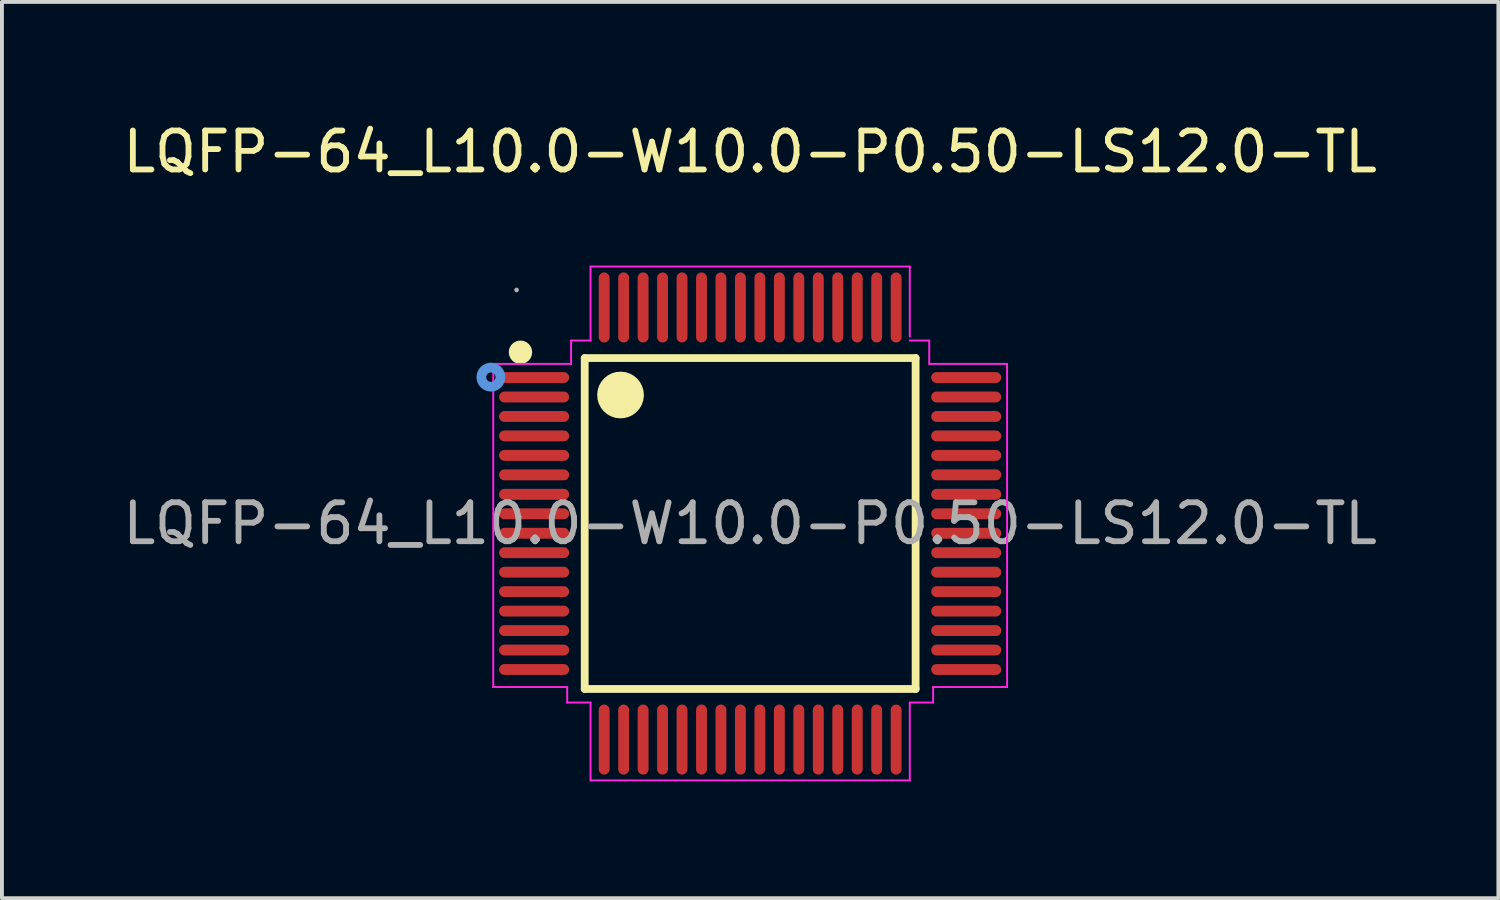
<source format=kicad_pcb>
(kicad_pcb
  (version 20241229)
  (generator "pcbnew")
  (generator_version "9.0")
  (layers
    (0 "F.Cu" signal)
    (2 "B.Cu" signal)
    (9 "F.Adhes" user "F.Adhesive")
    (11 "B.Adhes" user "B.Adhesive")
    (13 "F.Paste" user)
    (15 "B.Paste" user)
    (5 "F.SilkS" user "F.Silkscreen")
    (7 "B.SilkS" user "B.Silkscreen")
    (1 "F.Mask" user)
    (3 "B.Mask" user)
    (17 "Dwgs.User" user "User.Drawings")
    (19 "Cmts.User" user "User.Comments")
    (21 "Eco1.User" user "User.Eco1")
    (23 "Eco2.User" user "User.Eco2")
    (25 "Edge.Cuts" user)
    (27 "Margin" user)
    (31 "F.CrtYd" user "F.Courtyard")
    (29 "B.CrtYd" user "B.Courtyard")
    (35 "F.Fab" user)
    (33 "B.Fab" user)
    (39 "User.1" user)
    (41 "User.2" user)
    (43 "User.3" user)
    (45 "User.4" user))
  (footprint "LQFP-64_L10.0-W10.0-P0.50-LS12.0-TL"
    (layer "F.Cu")
    (at 16.22 10.398)
    (property "Reference" "LQFP-64_L10.0-W10.0-P0.50-LS12.0-TL" (at 0 -9.55 0) (layer "F.SilkS") (effects (font (size 1 1) (thickness 0.15))))
    (attr smd)
    (fp_line (start -4.25 -4.25) (end -4.25 4.25) (stroke (width 0.2) (type solid)) (layer "F.SilkS"))
    (fp_line (start -4.25 4.25) (end 4.25 4.25) (stroke (width 0.2) (type solid)) (layer "F.SilkS"))
    (fp_line (start 4.25 -4.25) (end -4.25 -4.25) (stroke (width 0.2) (type solid)) (layer "F.SilkS"))
    (fp_line (start 4.25 4.25) (end 4.25 -4.25) (stroke (width 0.2) (type solid)) (layer "F.SilkS"))
    (fp_arc (start -5.75 -4.39) (mid -6.05025 -4.404995) (end -5.749667 -4.400016) (stroke (width 0.3) (type solid)) (layer "F.SilkS"))
    (fp_arc (start -3.03 -3.29) (mid -3.630125 -3.304999) (end -3.029833 -3.300004) (stroke (width 0.6) (type solid)) (layer "F.SilkS"))
    (fp_circle (center -6.66 -3.76) (end -6.54 -3.76) (stroke (width 0.25) (type solid)) (fill no) (layer "Cmts.User"))
    (fp_line (start -6.6 -4.1) (end -4.6 -4.1) (stroke (width 0.05) (type default)) (layer "F.CrtYd"))
    (fp_line (start -6.6 4.2) (end -6.6 -4.1) (stroke (width 0.05) (type default)) (layer "F.CrtYd"))
    (fp_line (start -4.7 4.2) (end -6.6 4.2) (stroke (width 0.05) (type default)) (layer "F.CrtYd"))
    (fp_line (start -4.7 4.6) (end -4.7 4.2) (stroke (width 0.05) (type default)) (layer "F.CrtYd"))
    (fp_line (start -4.6 -4.7) (end -4.1 -4.7) (stroke (width 0.05) (type default)) (layer "F.CrtYd"))
    (fp_line (start -4.6 -4.1) (end -4.6 -4.7) (stroke (width 0.05) (type default)) (layer "F.CrtYd"))
    (fp_line (start -4.1 -6.6) (end 4.1 -6.6) (stroke (width 0.05) (type default)) (layer "F.CrtYd"))
    (fp_line (start -4.1 -4.7) (end -4.1 -6.6) (stroke (width 0.05) (type default)) (layer "F.CrtYd"))
    (fp_line (start -4.1 4.6) (end -4.7 4.6) (stroke (width 0.05) (type default)) (layer "F.CrtYd"))
    (fp_line (start -4.1 6.6) (end -4.1 4.6) (stroke (width 0.05) (type default)) (layer "F.CrtYd"))
    (fp_line (start 4.1 -6.6) (end 4.1 -4.8) (stroke (width 0.05) (type default)) (layer "F.CrtYd"))
    (fp_line (start 4.1 -4.7) (end 4.6 -4.7) (stroke (width 0.05) (type default)) (layer "F.CrtYd"))
    (fp_line (start 4.1 4.6) (end 4.1 6.6) (stroke (width 0.05) (type default)) (layer "F.CrtYd"))
    (fp_line (start 4.1 6.6) (end -4.1 6.6) (stroke (width 0.05) (type default)) (layer "F.CrtYd"))
    (fp_line (start 4.6 -4.7) (end 4.6 -4.1) (stroke (width 0.05) (type default)) (layer "F.CrtYd"))
    (fp_line (start 4.6 -4.1) (end 6.6 -4.1) (stroke (width 0.05) (type default)) (layer "F.CrtYd"))
    (fp_line (start 4.7 4.2) (end 4.7 4.6) (stroke (width 0.05) (type default)) (layer "F.CrtYd"))
    (fp_line (start 4.7 4.6) (end 4.1 4.6) (stroke (width 0.05) (type default)) (layer "F.CrtYd"))
    (fp_line (start 6.6 -4.1) (end 6.6 4.2) (stroke (width 0.05) (type default)) (layer "F.CrtYd"))
    (fp_line (start 6.6 4.2) (end 4.7 4.2) (stroke (width 0.05) (type default)) (layer "F.CrtYd"))
    (fp_circle (center -6 -6) (end -5.97 -6) (stroke (width 0.06) (type solid)) (fill no) (layer "F.Fab"))
    (fp_text user "${REFERENCE}" (at 0 0 0) (layer "F.Fab") (effects (font (size 1 1) (thickness 0.15))))
    (pad "1" smd oval (at -5.55 -3.75) (size 1.8 0.28) (layers "F.Cu" "F.Mask" "F.Paste"))
    (pad "2" smd oval (at -5.55 -3.25) (size 1.8 0.28) (layers "F.Cu" "F.Mask" "F.Paste"))
    (pad "3" smd oval (at -5.55 -2.75) (size 1.8 0.28) (layers "F.Cu" "F.Mask" "F.Paste"))
    (pad "4" smd oval (at -5.55 -2.25) (size 1.8 0.28) (layers "F.Cu" "F.Mask" "F.Paste"))
    (pad "5" smd oval (at -5.55 -1.75) (size 1.8 0.28) (layers "F.Cu" "F.Mask" "F.Paste"))
    (pad "6" smd oval (at -5.55 -1.25) (size 1.8 0.28) (layers "F.Cu" "F.Mask" "F.Paste"))
    (pad "7" smd oval (at -5.55 -0.75) (size 1.8 0.28) (layers "F.Cu" "F.Mask" "F.Paste"))
    (pad "8" smd oval (at -5.55 -0.25) (size 1.8 0.28) (layers "F.Cu" "F.Mask" "F.Paste"))
    (pad "9" smd oval (at -5.55 0.25) (size 1.8 0.28) (layers "F.Cu" "F.Mask" "F.Paste"))
    (pad "10" smd oval (at -5.55 0.75) (size 1.8 0.28) (layers "F.Cu" "F.Mask" "F.Paste"))
    (pad "11" smd oval (at -5.55 1.25) (size 1.8 0.28) (layers "F.Cu" "F.Mask" "F.Paste"))
    (pad "12" smd oval (at -5.55 1.75) (size 1.8 0.28) (layers "F.Cu" "F.Mask" "F.Paste"))
    (pad "13" smd oval (at -5.55 2.25) (size 1.8 0.28) (layers "F.Cu" "F.Mask" "F.Paste"))
    (pad "14" smd oval (at -5.55 2.75) (size 1.8 0.28) (layers "F.Cu" "F.Mask" "F.Paste"))
    (pad "15" smd oval (at -5.55 3.25) (size 1.8 0.28) (layers "F.Cu" "F.Mask" "F.Paste"))
    (pad "16" smd oval (at -5.55 3.75) (size 1.8 0.28) (layers "F.Cu" "F.Mask" "F.Paste"))
    (pad "17" smd oval (at -3.75 5.55) (size 0.28 1.8) (layers "F.Cu" "F.Mask" "F.Paste"))
    (pad "18" smd oval (at -3.25 5.55) (size 0.28 1.8) (layers "F.Cu" "F.Mask" "F.Paste"))
    (pad "19" smd oval (at -2.75 5.55) (size 0.28 1.8) (layers "F.Cu" "F.Mask" "F.Paste"))
    (pad "20" smd oval (at -2.25 5.55) (size 0.28 1.8) (layers "F.Cu" "F.Mask" "F.Paste"))
    (pad "21" smd oval (at -1.75 5.55) (size 0.28 1.8) (layers "F.Cu" "F.Mask" "F.Paste"))
    (pad "22" smd oval (at -1.25 5.55) (size 0.28 1.8) (layers "F.Cu" "F.Mask" "F.Paste"))
    (pad "23" smd oval (at -0.75 5.55) (size 0.28 1.8) (layers "F.Cu" "F.Mask" "F.Paste"))
    (pad "24" smd oval (at -0.25 5.55) (size 0.28 1.8) (layers "F.Cu" "F.Mask" "F.Paste"))
    (pad "25" smd oval (at 0.25 5.55) (size 0.28 1.8) (layers "F.Cu" "F.Mask" "F.Paste"))
    (pad "26" smd oval (at 0.75 5.55) (size 0.28 1.8) (layers "F.Cu" "F.Mask" "F.Paste"))
    (pad "27" smd oval (at 1.25 5.55) (size 0.28 1.8) (layers "F.Cu" "F.Mask" "F.Paste"))
    (pad "28" smd oval (at 1.75 5.55) (size 0.28 1.8) (layers "F.Cu" "F.Mask" "F.Paste"))
    (pad "29" smd oval (at 2.25 5.55) (size 0.28 1.8) (layers "F.Cu" "F.Mask" "F.Paste"))
    (pad "30" smd oval (at 2.75 5.55) (size 0.28 1.8) (layers "F.Cu" "F.Mask" "F.Paste"))
    (pad "31" smd oval (at 3.25 5.55) (size 0.28 1.8) (layers "F.Cu" "F.Mask" "F.Paste"))
    (pad "32" smd oval (at 3.75 5.55) (size 0.28 1.8) (layers "F.Cu" "F.Mask" "F.Paste"))
    (pad "33" smd oval (at 5.55 3.75) (size 1.8 0.28) (layers "F.Cu" "F.Mask" "F.Paste"))
    (pad "34" smd oval (at 5.55 3.25) (size 1.8 0.28) (layers "F.Cu" "F.Mask" "F.Paste"))
    (pad "35" smd oval (at 5.55 2.75) (size 1.8 0.28) (layers "F.Cu" "F.Mask" "F.Paste"))
    (pad "36" smd oval (at 5.55 2.25) (size 1.8 0.28) (layers "F.Cu" "F.Mask" "F.Paste"))
    (pad "37" smd oval (at 5.55 1.75) (size 1.8 0.28) (layers "F.Cu" "F.Mask" "F.Paste"))
    (pad "38" smd oval (at 5.55 1.25) (size 1.8 0.28) (layers "F.Cu" "F.Mask" "F.Paste"))
    (pad "39" smd oval (at 5.55 0.75) (size 1.8 0.28) (layers "F.Cu" "F.Mask" "F.Paste"))
    (pad "40" smd oval (at 5.55 0.25) (size 1.8 0.28) (layers "F.Cu" "F.Mask" "F.Paste"))
    (pad "41" smd oval (at 5.55 -0.25) (size 1.8 0.28) (layers "F.Cu" "F.Mask" "F.Paste"))
    (pad "42" smd oval (at 5.55 -0.75) (size 1.8 0.28) (layers "F.Cu" "F.Mask" "F.Paste"))
    (pad "43" smd oval (at 5.55 -1.25) (size 1.8 0.28) (layers "F.Cu" "F.Mask" "F.Paste"))
    (pad "44" smd oval (at 5.55 -1.75) (size 1.8 0.28) (layers "F.Cu" "F.Mask" "F.Paste"))
    (pad "45" smd oval (at 5.55 -2.25) (size 1.8 0.28) (layers "F.Cu" "F.Mask" "F.Paste"))
    (pad "46" smd oval (at 5.55 -2.75) (size 1.8 0.28) (layers "F.Cu" "F.Mask" "F.Paste"))
    (pad "47" smd oval (at 5.55 -3.25) (size 1.8 0.28) (layers "F.Cu" "F.Mask" "F.Paste"))
    (pad "48" smd oval (at 5.55 -3.75) (size 1.8 0.28) (layers "F.Cu" "F.Mask" "F.Paste"))
    (pad "49" smd oval (at 3.75 -5.55) (size 0.28 1.8) (layers "F.Cu" "F.Mask" "F.Paste"))
    (pad "50" smd oval (at 3.25 -5.55) (size 0.28 1.8) (layers "F.Cu" "F.Mask" "F.Paste"))
    (pad "51" smd oval (at 2.75 -5.55) (size 0.28 1.8) (layers "F.Cu" "F.Mask" "F.Paste"))
    (pad "52" smd oval (at 2.25 -5.55) (size 0.28 1.8) (layers "F.Cu" "F.Mask" "F.Paste"))
    (pad "53" smd oval (at 1.75 -5.55) (size 0.28 1.8) (layers "F.Cu" "F.Mask" "F.Paste"))
    (pad "54" smd oval (at 1.25 -5.55) (size 0.28 1.8) (layers "F.Cu" "F.Mask" "F.Paste"))
    (pad "55" smd oval (at 0.75 -5.55) (size 0.28 1.8) (layers "F.Cu" "F.Mask" "F.Paste"))
    (pad "56" smd oval (at 0.25 -5.55) (size 0.28 1.8) (layers "F.Cu" "F.Mask" "F.Paste"))
    (pad "57" smd oval (at -0.25 -5.55) (size 0.28 1.8) (layers "F.Cu" "F.Mask" "F.Paste"))
    (pad "58" smd oval (at -0.75 -5.55) (size 0.28 1.8) (layers "F.Cu" "F.Mask" "F.Paste"))
    (pad "59" smd oval (at -1.25 -5.55) (size 0.28 1.8) (layers "F.Cu" "F.Mask" "F.Paste"))
    (pad "60" smd oval (at -1.75 -5.55) (size 0.28 1.8) (layers "F.Cu" "F.Mask" "F.Paste"))
    (pad "61" smd oval (at -2.25 -5.55) (size 0.28 1.8) (layers "F.Cu" "F.Mask" "F.Paste"))
    (pad "62" smd oval (at -2.75 -5.55) (size 0.28 1.8) (layers "F.Cu" "F.Mask" "F.Paste"))
    (pad "63" smd oval (at -3.25 -5.55) (size 0.28 1.8) (layers "F.Cu" "F.Mask" "F.Paste"))
    (pad "64" smd oval (at -3.75 -5.55) (size 0.28 1.8) (layers "F.Cu" "F.Mask" "F.Paste")))
  (gr_rect
    (start -3 -3)
    (end 35.44 20.023)
    (stroke (width 0.1) (type default))
    (fill no)
    (layer "Edge.Cuts")))
</source>
